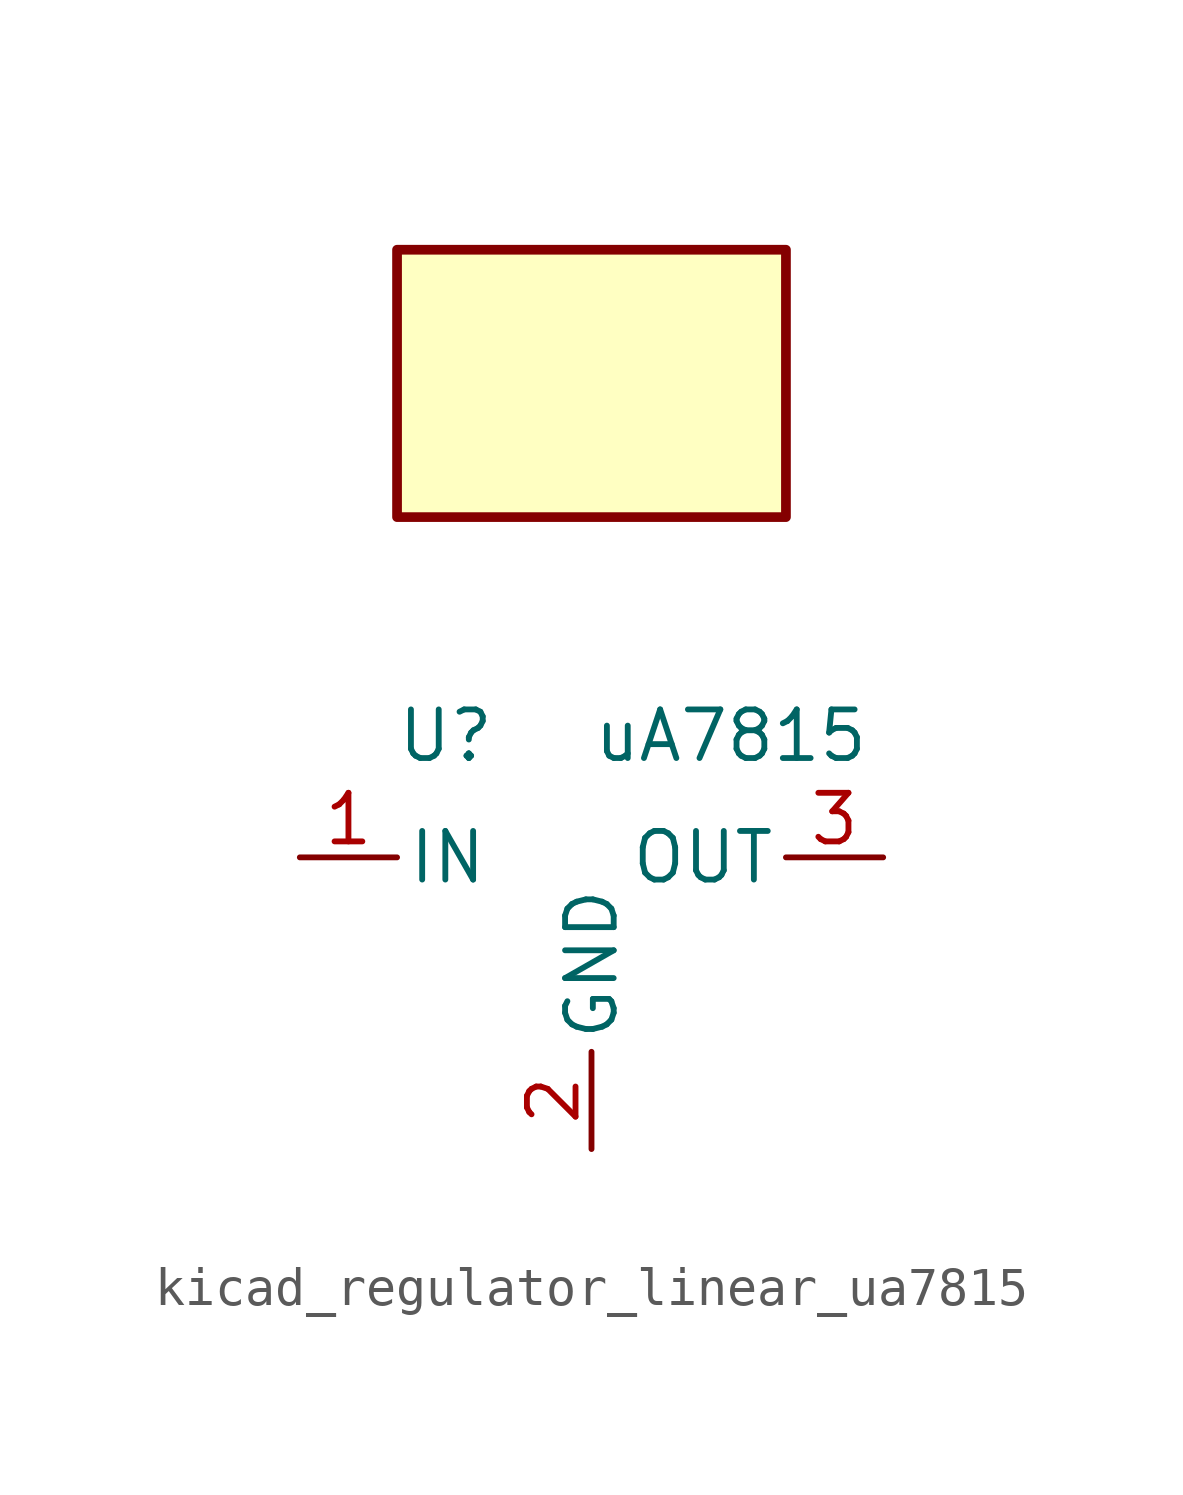
<source format=kicad_sym>
(kicad_symbol_lib
  (version 20220914)
  (generator kicad_symbol_editor)
  (symbol "kicad_regulator_linear_ua7815"
    (pin_names
      (offset 0.254))
    (property "Reference" "U"
      (at -3.81 3.175 0)
      (effects (font (size 1.27 1.27))))
    (property "Value" "uA7815"
      (at 0 3.175 0)
      (effects (font (size 1.27 1.27)) (justify left)))
    (symbol "kicad_regulator_linear_ua7815_0_1"
      (rectangle (start 5.08 15.875) (end -5.08 8.89) (stroke (width 0.254) (type default)) (fill (type background))))
    (symbol "kicad_regulator_linear_ua7815_1_1"
      (pin power_in line (at -7.62 0 0) (length 2.54) (name "IN" (effects (font (size 1.27 1.27)))) (number "1" (effects (font (size 1.27 1.27)))))
      (pin power_in line (at 0 -7.62 90) (length 2.54) (name "GND" (effects (font (size 1.27 1.27)))) (number "2" (effects (font (size 1.27 1.27)))))
      (pin power_out line (at 7.62 0 180) (length 2.54) (name "OUT" (effects (font (size 1.27 1.27)))) (number "3" (effects (font (size 1.27 1.27))))))))
</source>
